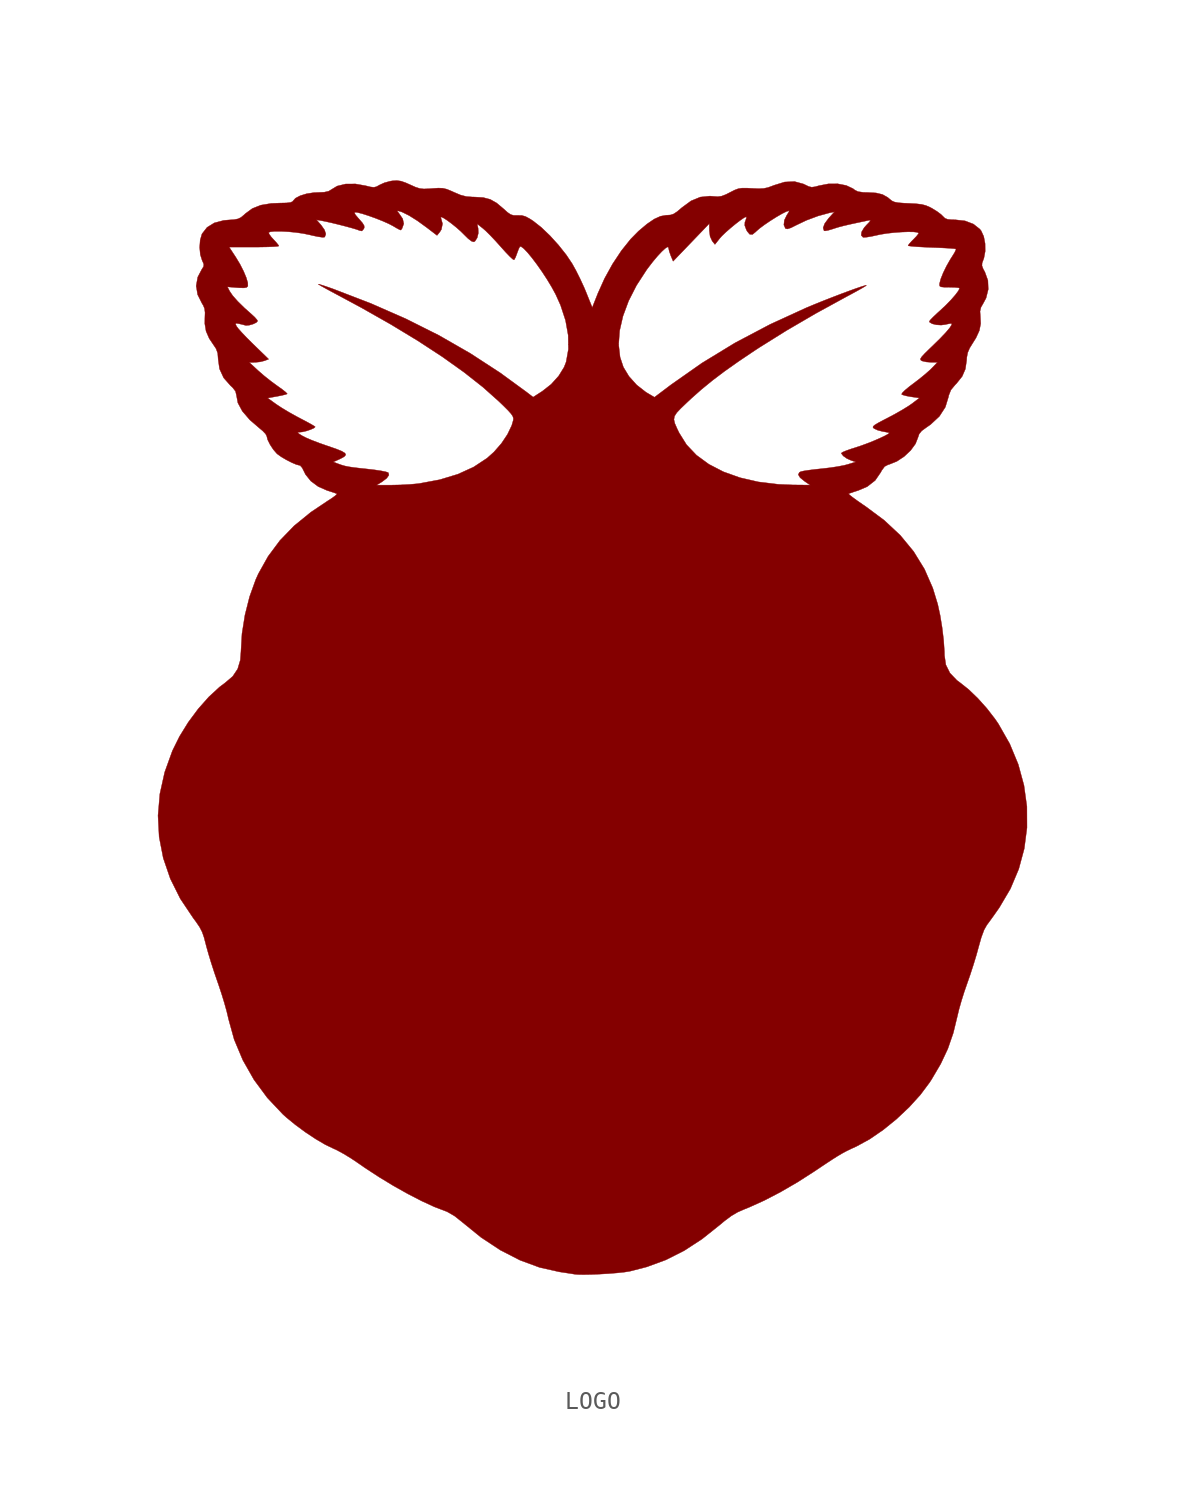
<source format=kicad_sym>
(kicad_symbol_lib
  (version 20220914)
  (generator "bitmap2component")
  (generator_version "9.0")
  (symbol "LOGO"
    (pin_names
      (offset 1.016))
    (property "Reference" "#G"
      (at 0 42.714 0)
      (effects (font (size 1.27 1.27)) hide))
    (symbol "LOGO_0_0"
      (polyline (pts (xy -0.086 -30.532) (xy 0.4 -30.512) (xy 0.901 -30.482) (xy 1.374 -30.444) (xy 1.779 -30.4) (xy 2.074 -30.353) (xy 3.019 -30.11) (xy 4.086 -29.718) (xy 5.105 -29.204) (xy 6.104 -28.554) (xy 7.112 -27.752) (xy 7.356 -27.547) (xy 7.736 -27.263) (xy 8.088 -27.055) (xy 8.467 -26.889) (xy 8.734 -26.782) (xy 9.584 -26.398) (xy 10.5 -25.921) (xy 11.442 -25.374) (xy 12.372 -24.778) (xy 12.508 -24.687) (xy 12.992 -24.362) (xy 13.371 -24.113) (xy 13.674 -23.921) (xy 13.928 -23.771) (xy 14.162 -23.645) (xy 14.403 -23.527) (xy 14.681 -23.4) (xy 14.743 -23.371) (xy 15.465 -22.976) (xy 16.218 -22.46) (xy 16.964 -21.855) (xy 17.669 -21.191) (xy 18.296 -20.5) (xy 18.811 -19.812) (xy 18.922 -19.64) (xy 19.435 -18.769) (xy 19.832 -17.923) (xy 20.135 -17.047) (xy 20.368 -16.087) (xy 20.369 -16.082) (xy 20.457 -15.716) (xy 20.589 -15.251) (xy 20.747 -14.749) (xy 20.914 -14.266) (xy 21.076 -13.802) (xy 21.259 -13.24) (xy 21.425 -12.694) (xy 21.551 -12.234) (xy 21.696 -11.719) (xy 21.854 -11.292) (xy 22.006 -11.021) (xy 22.051 -10.961) (xy 22.226 -10.723) (xy 22.446 -10.415) (xy 22.675 -10.089) (xy 22.705 -10.046) (xy 23.326 -8.994) (xy 23.791 -7.891) (xy 24.099 -6.75) (xy 24.25 -5.583) (xy 24.245 -4.402) (xy 24.082 -3.219) (xy 23.763 -2.047) (xy 23.287 -0.899) (xy 22.654 0.214) (xy 22.464 0.491) (xy 22.007 1.081) (xy 21.504 1.642) (xy 20.995 2.132) (xy 20.518 2.511) (xy 20.338 2.645) (xy 19.949 3.051) (xy 19.719 3.513) (xy 19.643 4.036) (xy 19.638 4.264) (xy 19.595 4.895) (xy 19.512 5.589) (xy 19.399 6.279) (xy 19.265 6.897) (xy 18.99 7.796) (xy 18.525 8.858) (xy 17.923 9.836) (xy 17.18 10.739) (xy 16.286 11.576) (xy 15.238 12.356) (xy 15.085 12.459) (xy 14.754 12.689) (xy 14.496 12.878) (xy 14.333 13.009) (xy 14.289 13.066) (xy 14.363 13.095) (xy 14.562 13.163) (xy 14.829 13.248) (xy 15.333 13.464) (xy 15.774 13.809) (xy 16.084 14.261) (xy 16.136 14.361) (xy 16.303 14.587) (xy 16.494 14.686) (xy 16.554 14.701) (xy 16.982 14.873) (xy 17.395 15.146) (xy 17.755 15.485) (xy 18.025 15.854) (xy 18.168 16.221) (xy 18.227 16.398) (xy 18.37 16.576) (xy 18.633 16.768) (xy 18.867 16.93) (xy 19.358 17.387) (xy 19.691 17.901) (xy 19.865 18.47) (xy 19.883 18.561) (xy 20.004 18.863) (xy 20.244 19.151) (xy 20.32 19.228) (xy 20.632 19.619) (xy 20.809 20.029) (xy 20.879 20.512) (xy 20.89 20.685) (xy 20.941 20.948) (xy 21.049 21.2) (xy 21.242 21.512) (xy 21.403 21.769) (xy 21.59 22.176) (xy 21.665 22.566) (xy 21.644 22.997) (xy 21.627 23.251) (xy 21.677 23.468) (xy 21.819 23.718) (xy 21.965 23.992) (xy 22.087 24.48) (xy 22.067 24.977) (xy 21.901 25.439) (xy 21.8 25.627) (xy 21.736 25.798) (xy 21.744 25.946) (xy 21.815 26.14) (xy 21.844 26.217) (xy 21.916 26.602) (xy 21.911 27.03) (xy 21.835 27.433) (xy 21.692 27.746) (xy 21.616 27.842) (xy 21.259 28.124) (xy 20.792 28.302) (xy 20.242 28.363) (xy 20.056 28.366) (xy 19.818 28.389) (xy 19.669 28.448) (xy 19.557 28.557) (xy 19.454 28.659) (xy 19.225 28.831) (xy 18.952 28.999) (xy 18.821 29.068) (xy 18.599 29.163) (xy 18.366 29.222) (xy 18.068 29.257) (xy 17.653 29.279) (xy 17.366 29.292) (xy 17.058 29.316) (xy 16.854 29.355) (xy 16.713 29.417) (xy 16.595 29.509) (xy 16.47 29.615) (xy 16.181 29.776) (xy 15.822 29.862) (xy 15.347 29.887) (xy 15.11 29.893) (xy 14.813 29.936) (xy 14.638 30.022) (xy 14.538 30.101) (xy 14.156 30.28) (xy 13.683 30.371) (xy 13.162 30.368) (xy 12.636 30.267) (xy 12.424 30.208) (xy 12.232 30.182) (xy 12.064 30.22) (xy 11.841 30.327) (xy 11.764 30.364) (xy 11.268 30.498) (xy 10.718 30.472) (xy 10.118 30.287) (xy 10.052 30.26) (xy 9.787 30.163) (xy 9.548 30.113) (xy 9.271 30.1) (xy 8.89 30.116) (xy 8.614 30.131) (xy 8.338 30.131) (xy 8.127 30.098) (xy 7.922 30.021) (xy 7.662 29.889) (xy 7.444 29.778) (xy 7.202 29.684) (xy 6.987 29.654) (xy 6.731 29.671) (xy 6.546 29.686) (xy 6.008 29.631) (xy 5.492 29.418) (xy 4.98 29.043) (xy 4.976 29.039) (xy 4.714 28.817) (xy 4.519 28.689) (xy 4.341 28.631) (xy 4.128 28.617) (xy 4.102 28.617) (xy 3.785 28.561) (xy 3.436 28.402) (xy 3.033 28.128) (xy 2.555 27.726) (xy 2.121 27.285) (xy 1.602 26.636) (xy 1.107 25.89) (xy 0.662 25.084) (xy 0.291 24.259) (xy -0.025 23.461) (xy -0.379 24.34) (xy -0.471 24.561) (xy -0.692 25.043) (xy -0.93 25.52) (xy -1.149 25.915) (xy -1.476 26.403) (xy -1.911 26.951) (xy -2.389 27.478) (xy -2.873 27.94) (xy -3.322 28.293) (xy -3.514 28.418) (xy -3.755 28.548) (xy -3.961 28.604) (xy -4.19 28.607) (xy -4.207 28.606) (xy -4.412 28.607) (xy -4.576 28.654) (xy -4.752 28.772) (xy -4.992 28.987) (xy -5.366 29.301) (xy -5.722 29.502) (xy -6.111 29.604) (xy -6.592 29.633) (xy -6.714 29.635) (xy -7.064 29.663) (xy -7.378 29.744) (xy -7.745 29.899) (xy -7.882 29.962) (xy -8.148 30.071) (xy -8.371 30.124) (xy -8.622 30.133) (xy -8.971 30.11) (xy -9.13 30.097) (xy -9.43 30.085) (xy -9.661 30.111) (xy -9.893 30.185) (xy -10.197 30.321) (xy -10.439 30.429) (xy -10.704 30.521) (xy -10.932 30.552) (xy -11.188 30.537) (xy -11.309 30.517) (xy -11.633 30.429) (xy -11.896 30.31) (xy -11.912 30.301) (xy -12.076 30.21) (xy -12.218 30.177) (xy -12.401 30.196) (xy -12.686 30.265) (xy -13.246 30.364) (xy -13.798 30.36) (xy -14.272 30.245) (xy -14.639 30.022) (xy -14.743 29.959) (xy -14.987 29.904) (xy -15.368 29.887) (xy -15.582 29.878) (xy -15.979 29.816) (xy -16.331 29.708) (xy -16.598 29.568) (xy -16.738 29.411) (xy -16.753 29.386) (xy -16.866 29.333) (xy -17.1 29.304) (xy -17.477 29.295) (xy -17.955 29.276) (xy -18.535 29.179) (xy -19.006 28.992) (xy -19.393 28.708) (xy -19.462 28.643) (xy -19.637 28.497) (xy -19.805 28.415) (xy -20.024 28.373) (xy -20.353 28.35) (xy -20.606 28.327) (xy -21.13 28.189) (xy -21.534 27.939) (xy -21.813 27.581) (xy -21.821 27.564) (xy -21.918 27.231) (xy -21.948 26.823) (xy -21.911 26.417) (xy -21.807 26.088) (xy -21.799 26.073) (xy -21.718 25.887) (xy -21.728 25.754) (xy -21.831 25.588) (xy -22.054 25.164) (xy -22.141 24.679) (xy -22.131 24.618) (xy -20.399 24.618) (xy -19.853 24.574) (xy -19.735 24.566) (xy -19.47 24.559) (xy -19.323 24.588) (xy -19.26 24.655) (xy -19.257 24.662) (xy -19.263 24.847) (xy -19.348 25.136) (xy -19.497 25.492) (xy -19.696 25.883) (xy -19.93 26.271) (xy -20.303 26.839) (xy -18.915 26.839) (xy -18.582 26.841) (xy -18.162 26.849) (xy -17.827 26.862) (xy -17.606 26.879) (xy -17.526 26.899) (xy -17.549 26.946) (xy -17.662 27.088) (xy -17.838 27.279) (xy -17.955 27.408) (xy -18.071 27.569) (xy -18.092 27.656) (xy -17.992 27.695) (xy -17.748 27.719) (xy -17.406 27.719) (xy -17.004 27.697) (xy -16.579 27.656) (xy -16.169 27.597) (xy -15.812 27.524) (xy -15.654 27.485) (xy -15.338 27.42) (xy -15.102 27.386) (xy -14.987 27.389) (xy -14.958 27.412) (xy -14.903 27.569) (xy -14.975 27.795) (xy -15.164 28.064) (xy -15.426 28.363) (xy -15.143 28.312) (xy -14.936 28.272) (xy -14.586 28.194) (xy -14.194 28.099) (xy -13.802 27.999) (xy -13.45 27.903) (xy -13.18 27.823) (xy -13.035 27.769) (xy -13.028 27.765) (xy -12.888 27.737) (xy -12.786 27.853) (xy -12.759 27.915) (xy -12.763 28.031) (xy -12.853 28.181) (xy -13.047 28.405) (xy -13.079 28.44) (xy -13.251 28.643) (xy -13.305 28.754) (xy -13.252 28.787) (xy -13.139 28.772) (xy -12.866 28.702) (xy -12.511 28.588) (xy -12.118 28.447) (xy -11.731 28.293) (xy -11.393 28.144) (xy -11.147 28.015) (xy -10.967 27.908) (xy -10.79 27.813) (xy -10.713 27.787) (xy -10.644 27.881) (xy -10.551 28.142) (xy -10.611 28.419) (xy -10.827 28.734) (xy -10.901 28.825) (xy -10.898 28.867) (xy -10.753 28.831) (xy -10.632 28.789) (xy -10.254 28.601) (xy -9.789 28.309) (xy -9.259 27.924) (xy -8.693 27.491) (xy -8.537 27.682) (xy -8.45 27.822) (xy -8.387 28.14) (xy -8.476 28.466) (xy -8.488 28.495) (xy -8.452 28.52) (xy -8.321 28.458) (xy -8.121 28.329) (xy -7.879 28.149) (xy -7.618 27.939) (xy -7.365 27.716) (xy -7.146 27.499) (xy -6.956 27.312) (xy -6.76 27.163) (xy -6.636 27.128) (xy -6.571 27.17) (xy -6.452 27.355) (xy -6.388 27.615) (xy -6.399 27.885) (xy -6.455 28.14) (xy -6.125 27.878) (xy -5.971 27.742) (xy -5.719 27.492) (xy -5.425 27.182) (xy -5.128 26.851) (xy -5.122 26.844) (xy -4.859 26.552) (xy -4.635 26.319) (xy -4.472 26.169) (xy -4.395 26.124) (xy -4.381 26.137) (xy -4.309 26.268) (xy -4.229 26.481) (xy -4.211 26.535) (xy -4.13 26.746) (xy -4.066 26.866) (xy -3.999 26.867) (xy -3.849 26.756) (xy -3.64 26.538) (xy -3.39 26.235) (xy -3.113 25.868) (xy -2.826 25.46) (xy -2.546 25.031) (xy -2.288 24.603) (xy -2.068 24.199) (xy -1.796 23.596) (xy -1.516 22.741) (xy -1.368 21.913) (xy -1.36 21.396) (xy 1.447 21.396) (xy 1.502 22.166) (xy 1.689 22.982) (xy 2.004 23.831) (xy 2.444 24.696) (xy 3.006 25.562) (xy 3.066 25.645) (xy 3.347 26.011) (xy 3.618 26.334) (xy 3.86 26.593) (xy 4.056 26.771) (xy 4.186 26.851) (xy 4.233 26.812) (xy 4.235 26.787) (xy 4.278 26.594) (xy 4.362 26.356) (xy 4.491 26.048) (xy 5.501 27.1) (xy 6.511 28.152) (xy 6.515 27.759) (xy 6.555 27.434) (xy 6.673 27.177) (xy 6.826 26.987) (xy 7.101 27.333) (xy 7.211 27.456) (xy 7.43 27.667) (xy 7.698 27.902) (xy 7.981 28.135) (xy 8.244 28.336) (xy 8.452 28.478) (xy 8.571 28.532) (xy 8.586 28.472) (xy 8.535 28.319) (xy 8.5 28.228) (xy 8.491 28.045) (xy 8.578 27.811) (xy 8.622 27.725) (xy 8.766 27.553) (xy 8.923 27.544) (xy 9.11 27.696) (xy 9.129 27.717) (xy 9.319 27.883) (xy 9.595 28.088) (xy 9.92 28.308) (xy 10.256 28.52) (xy 10.567 28.7) (xy 10.816 28.825) (xy 10.967 28.871) (xy 10.973 28.868) (xy 10.945 28.785) (xy 10.843 28.625) (xy 10.839 28.62) (xy 10.703 28.341) (xy 10.675 28.076) (xy 10.762 27.879) (xy 10.77 27.873) (xy 10.878 27.852) (xy 11.071 27.915) (xy 11.376 28.068) (xy 11.929 28.332) (xy 12.583 28.576) (xy 13.207 28.747) (xy 13.502 28.809) (xy 13.185 28.459) (xy 13.17 28.442) (xy 12.954 28.149) (xy 12.868 27.913) (xy 12.919 27.75) (xy 12.98 27.743) (xy 13.163 27.778) (xy 13.417 27.854) (xy 13.528 27.891) (xy 13.751 27.959) (xy 14.019 28.029) (xy 14.362 28.109) (xy 14.81 28.206) (xy 15.394 28.329) (xy 15.461 28.34) (xy 15.511 28.325) (xy 15.457 28.242) (xy 15.288 28.067) (xy 15.158 27.921) (xy 15.017 27.684) (xy 14.994 27.496) (xy 15.096 27.384) (xy 15.128 27.38) (xy 15.306 27.393) (xy 15.585 27.44) (xy 15.922 27.513) (xy 16.069 27.545) (xy 16.428 27.603) (xy 16.826 27.647) (xy 17.23 27.677) (xy 17.604 27.691) (xy 17.914 27.687) (xy 18.125 27.663) (xy 18.203 27.618) (xy 18.187 27.579) (xy 18.08 27.443) (xy 17.907 27.263) (xy 17.808 27.164) (xy 17.666 27.006) (xy 17.611 26.92) (xy 17.638 26.907) (xy 17.803 26.884) (xy 18.092 26.86) (xy 18.476 26.838) (xy 18.927 26.819) (xy 19.19 26.81) (xy 19.613 26.79) (xy 19.956 26.77) (xy 20.191 26.75) (xy 20.285 26.733) (xy 20.28 26.682) (xy 20.204 26.524) (xy 20.068 26.305) (xy 19.968 26.149) (xy 19.757 25.777) (xy 19.571 25.396) (xy 19.435 25.055) (xy 19.37 24.805) (xy 19.365 24.755) (xy 19.375 24.665) (xy 19.447 24.617) (xy 19.616 24.599) (xy 19.918 24.596) (xy 19.924 24.596) (xy 20.209 24.589) (xy 20.412 24.57) (xy 20.489 24.545) (xy 20.489 24.536) (xy 20.419 24.392) (xy 20.25 24.166) (xy 20.008 23.889) (xy 19.717 23.589) (xy 19.403 23.296) (xy 19.248 23.156) (xy 19.015 22.936) (xy 18.855 22.771) (xy 18.796 22.689) (xy 18.819 22.637) (xy 18.962 22.555) (xy 19.192 22.5) (xy 19.455 22.483) (xy 19.697 22.514) (xy 19.759 22.53) (xy 19.953 22.568) (xy 20.049 22.566) (xy 20.049 22.505) (xy 19.943 22.334) (xy 19.721 22.071) (xy 19.393 21.726) (xy 18.968 21.31) (xy 18.784 21.134) (xy 18.528 20.882) (xy 18.374 20.713) (xy 18.306 20.606) (xy 18.308 20.539) (xy 18.366 20.493) (xy 18.406 20.476) (xy 18.624 20.425) (xy 18.892 20.405) (xy 19.254 20.405) (xy 18.919 20.058) (xy 18.825 19.967) (xy 18.556 19.73) (xy 18.225 19.46) (xy 17.882 19.199) (xy 17.668 19.037) (xy 17.431 18.839) (xy 17.283 18.691) (xy 17.249 18.616) (xy 17.314 18.583) (xy 17.513 18.528) (xy 17.782 18.479) (xy 18.246 18.413) (xy 17.835 18.099) (xy 17.63 17.958) (xy 17.294 17.751) (xy 16.896 17.524) (xy 16.487 17.306) (xy 16.255 17.187) (xy 15.943 17.021) (xy 15.751 16.905) (xy 15.661 16.825) (xy 15.652 16.765) (xy 15.705 16.712) (xy 15.715 16.705) (xy 15.914 16.613) (xy 16.165 16.547) (xy 16.198 16.541) (xy 16.417 16.501) (xy 16.552 16.47) (xy 16.563 16.461) (xy 16.5 16.4) (xy 16.317 16.299) (xy 16.044 16.169) (xy 15.709 16.024) (xy 15.341 15.877) (xy 14.97 15.741) (xy 14.626 15.628) (xy 14.456 15.575) (xy 14.163 15.473) (xy 13.961 15.388) (xy 13.885 15.335) (xy 13.889 15.309) (xy 13.991 15.176) (xy 14.19 15.035) (xy 14.436 14.924) (xy 14.69 14.84) (xy 14.224 14.698) (xy 14.033 14.649) (xy 13.665 14.579) (xy 13.23 14.514) (xy 12.785 14.463) (xy 12.433 14.426) (xy 12.065 14.38) (xy 11.78 14.336) (xy 11.622 14.3) (xy 11.541 14.258) (xy 11.48 14.134) (xy 11.58 13.966) (xy 11.841 13.754) (xy 12.147 13.547) (xy 11.175 13.557) (xy 10.369 13.59) (xy 9.25 13.726) (xy 8.223 13.962) (xy 7.298 14.292) (xy 6.485 14.713) (xy 5.795 15.218) (xy 5.238 15.805) (xy 4.824 16.468) (xy 4.707 16.711) (xy 4.584 16.993) (xy 4.534 17.208) (xy 4.567 17.395) (xy 4.691 17.589) (xy 4.916 17.828) (xy 5.252 18.15) (xy 5.503 18.385) (xy 6.078 18.895) (xy 6.689 19.394) (xy 7.362 19.903) (xy 8.129 20.445) (xy 9.017 21.043) (xy 9.31 21.235) (xy 10.825 22.181) (xy 12.466 23.138) (xy 14.199 24.086) (xy 14.395 24.19) (xy 14.755 24.386) (xy 15.04 24.546) (xy 15.226 24.657) (xy 15.287 24.704) (xy 15.214 24.694) (xy 15.006 24.631) (xy 14.689 24.523) (xy 14.288 24.378) (xy 13.829 24.207) (xy 13.337 24.018) (xy 12.837 23.822) (xy 12.355 23.627) (xy 11.915 23.443) (xy 9.91 22.524) (xy 7.939 21.484) (xy 6.098 20.361) (xy 4.371 19.148) (xy 3.45 18.453) (xy 3.066 18.679) (xy 2.966 18.74) (xy 2.458 19.138) (xy 2.025 19.619) (xy 1.713 20.134) (xy 1.528 20.69) (xy 1.447 21.396) (xy -1.36 21.396) (xy -1.356 21.134) (xy -1.483 20.426) (xy -1.598 20.131) (xy -1.902 19.639) (xy -2.318 19.179) (xy -2.813 18.79) (xy -3.326 18.459) (xy -3.716 18.758) (xy -5.169 19.818) (xy -6.842 20.907) (xy -8.588 21.909) (xy -10.432 22.833) (xy -12.395 23.694) (xy -14.499 24.503) (xy -14.758 24.594) (xy -15.051 24.693) (xy -15.251 24.755) (xy -15.325 24.768) (xy -15.301 24.749) (xy -15.155 24.662) (xy -14.899 24.52) (xy -14.559 24.335) (xy -14.161 24.123) (xy -12.916 23.453) (xy -11.269 22.519) (xy -9.761 21.605) (xy -8.398 20.714) (xy -7.185 19.849) (xy -6.127 19.015) (xy -5.229 18.213) (xy -4.98 17.973) (xy -4.718 17.711) (xy -4.551 17.523) (xy -4.46 17.385) (xy -4.428 17.275) (xy -4.436 17.168) (xy -4.521 16.875) (xy -4.757 16.382) (xy -5.097 15.874) (xy -5.515 15.395) (xy -5.902 15.049) (xy -6.648 14.557) (xy -7.529 14.156) (xy -8.542 13.849) (xy -9.679 13.637) (xy -9.812 13.621) (xy -10.249 13.583) (xy -10.74 13.557) (xy -11.203 13.547) (xy -12.065 13.547) (xy -11.811 13.703) (xy -11.77 13.728) (xy -11.503 13.931) (xy -11.381 14.106) (xy -11.412 14.24) (xy -11.416 14.243) (xy -11.546 14.288) (xy -11.806 14.341) (xy -12.16 14.395) (xy -12.573 14.444) (xy -12.931 14.482) (xy -13.327 14.528) (xy -13.62 14.571) (xy -13.846 14.617) (xy -14.043 14.675) (xy -14.249 14.749) (xy -14.486 14.84) (xy -14.156 14.988) (xy -14.066 15.03) (xy -13.871 15.139) (xy -13.79 15.236) (xy -13.833 15.332) (xy -14.01 15.44) (xy -14.33 15.569) (xy -14.804 15.732) (xy -14.837 15.743) (xy -15.271 15.895) (xy -15.674 16.049) (xy -16.003 16.189) (xy -16.214 16.296) (xy -16.367 16.391) (xy -16.471 16.47) (xy -16.451 16.501) (xy -16.317 16.507) (xy -16.206 16.518) (xy -15.981 16.571) (xy -15.749 16.649) (xy -15.567 16.731) (xy -15.494 16.798) (xy -15.547 16.841) (xy -15.724 16.946) (xy -15.995 17.095) (xy -16.331 17.271) (xy -16.566 17.395) (xy -16.983 17.629) (xy -17.368 17.861) (xy -17.661 18.054) (xy -18.154 18.408) (xy -17.629 18.503) (xy -17.378 18.552) (xy -17.161 18.604) (xy -17.061 18.64) (xy -17.062 18.652) (xy -17.149 18.742) (xy -17.337 18.891) (xy -17.596 19.076) (xy -17.944 19.33) (xy -18.338 19.642) (xy -18.675 19.934) (xy -19.177 20.397) (xy -18.865 20.401) (xy -18.854 20.401) (xy -18.571 20.43) (xy -18.324 20.492) (xy -18.095 20.579) (xy -18.943 21.402) (xy -19.027 21.484) (xy -19.338 21.795) (xy -19.602 22.073) (xy -19.795 22.29) (xy -19.891 22.418) (xy -19.944 22.536) (xy -19.915 22.585) (xy -19.753 22.559) (xy -19.566 22.515) (xy -19.397 22.47) (xy -19.355 22.462) (xy -19.172 22.479) (xy -18.96 22.541) (xy -18.784 22.625) (xy -18.711 22.709) (xy -18.742 22.772) (xy -18.872 22.922) (xy -19.07 23.105) (xy -19.448 23.441) (xy -19.819 23.805) (xy -20.102 24.124) (xy -20.272 24.372) (xy -20.399 24.618) (xy -22.131 24.618) (xy -22.062 24.185) (xy -21.817 23.696) (xy -21.748 23.585) (xy -21.673 23.402) (xy -21.646 23.179) (xy -21.657 22.852) (xy -21.66 22.556) (xy -21.59 22.14) (xy -21.413 21.734) (xy -21.112 21.286) (xy -21.03 21.163) (xy -20.939 20.911) (xy -20.913 20.572) (xy -20.838 20.037) (xy -20.606 19.534) (xy -20.228 19.106) (xy -20.109 18.997) (xy -19.945 18.785) (xy -19.896 18.576) (xy -19.813 18.138) (xy -19.563 17.673) (xy -19.146 17.189) (xy -18.563 16.687) (xy -18.427 16.574) (xy -18.266 16.405) (xy -18.203 16.288) (xy -18.152 16.084) (xy -18.018 15.814) (xy -17.836 15.536) (xy -17.64 15.309) (xy -17.607 15.28) (xy -17.391 15.125) (xy -17.106 14.958) (xy -16.805 14.804) (xy -16.539 14.692) (xy -16.361 14.648) (xy -16.329 14.636) (xy -16.224 14.515) (xy -16.118 14.307) (xy -16.038 14.143) (xy -15.741 13.774) (xy -15.328 13.466) (xy -14.835 13.249) (xy -14.617 13.18) (xy -14.395 13.106) (xy -14.283 13.062) (xy -14.281 13.047) (xy -14.367 12.961) (xy -14.557 12.82) (xy -14.825 12.647) (xy -15.735 12.037) (xy -16.672 11.274) (xy -17.465 10.455) (xy -18.127 9.566) (xy -18.67 8.595) (xy -18.818 8.267) (xy -19.159 7.319) (xy -19.418 6.293) (xy -19.584 5.249) (xy -19.642 4.245) (xy -19.677 3.776) (xy -19.825 3.28) (xy -20.103 2.866) (xy -20.528 2.504) (xy -20.835 2.274) (xy -21.437 1.719) (xy -22.029 1.051) (xy -22.583 0.305) (xy -23.072 -0.486) (xy -23.468 -1.286) (xy -23.9 -2.482) (xy -24.17 -3.695) (xy -24.273 -4.904) (xy -24.21 -6.101) (xy -23.981 -7.279) (xy -23.587 -8.43) (xy -23.03 -9.548) (xy -22.31 -10.624) (xy -22.15 -10.839) (xy -21.949 -11.136) (xy -21.81 -11.404) (xy -21.704 -11.707) (xy -21.599 -12.107) (xy -21.573 -12.21) (xy -21.456 -12.626) (xy -21.303 -13.13) (xy -21.129 -13.667) (xy -20.952 -14.182) (xy -20.892 -14.354) (xy -20.722 -14.868) (xy -20.566 -15.376) (xy -20.44 -15.828) (xy -20.358 -16.171) (xy -20.344 -16.24) (xy -20.019 -17.415) (xy -19.538 -18.561) (xy -18.917 -19.654) (xy -18.167 -20.669) (xy -17.304 -21.584) (xy -17.117 -21.753) (xy -16.602 -22.175) (xy -16.038 -22.59) (xy -15.466 -22.969) (xy -14.929 -23.284) (xy -14.468 -23.505) (xy -14.268 -23.597) (xy -13.908 -23.794) (xy -13.508 -24.037) (xy -13.123 -24.295) (xy -12.72 -24.575) (xy -11.927 -25.093) (xy -11.113 -25.587) (xy -10.309 -26.038) (xy -9.544 -26.432) (xy -8.85 -26.752) (xy -8.255 -26.979) (xy -8.129 -27.028) (xy -7.713 -27.268) (xy -7.239 -27.646) (xy -6.238 -28.459) (xy -5.158 -29.172) (xy -4.061 -29.735) (xy -2.958 -30.141) (xy -1.863 -30.386) (xy -1.836 -30.39) (xy -1.497 -30.441) (xy -1.203 -30.486) (xy -1.016 -30.517) (xy -0.853 -30.533) (xy -0.518 -30.54) (xy -0.086 -30.532)) (stroke (width 0.01) (type default)) (fill (type outline))))))
</source>
